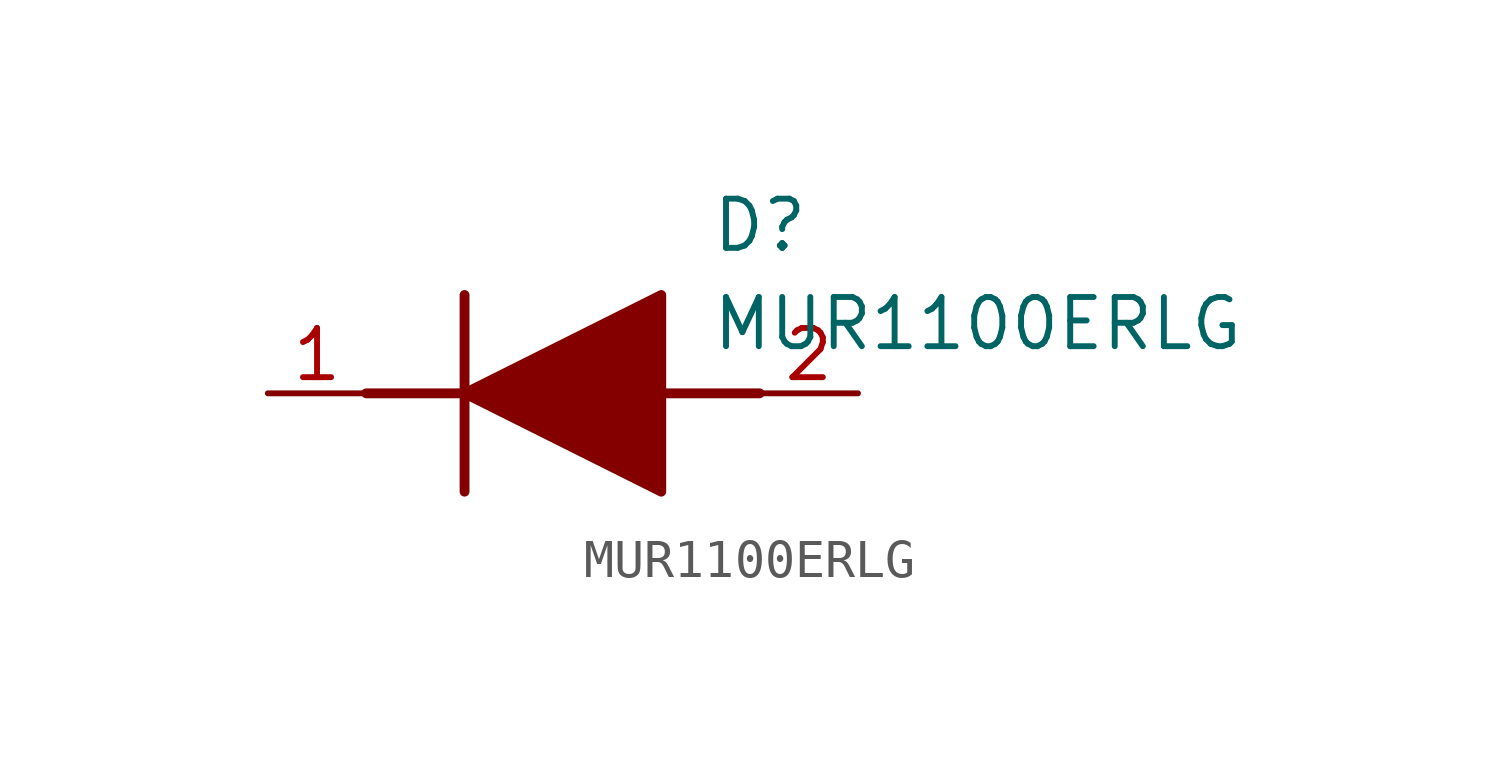
<source format=kicad_sym>
(kicad_symbol_lib
  (version 20211014)
  (generator SamacSys_ECAD_Model)
  (symbol "MUR1100ERLG"
    (pin_names hide)
    (property "Reference" "D"
      (at 11.43 5.08 0)
      (effects (font (size 1.27 1.27)) (justify left top)))
    (property "Value" "MUR1100ERLG"
      (at 11.43 2.54 0)
      (effects (font (size 1.27 1.27)) (justify left top)))
    (polyline
      (pts (xy 5.08 2.54) (xy 5.08 -2.54))
      (stroke (width 0.254) (type default))
      (fill (type none)))
    (polyline
      (pts (xy 2.54 0) (xy 5.08 0))
      (stroke (width 0.254) (type default))
      (fill (type none)))
    (polyline
      (pts (xy 10.16 0) (xy 12.7 0))
      (stroke (width 0.254) (type default))
      (fill (type none)))
    (polyline
      (pts (xy 5.08 0) (xy 10.16 2.54) (xy 10.16 -2.54) (xy 5.08 0))
      (stroke (width 0.254) (type default))
      (fill (type outline)))
    (pin passive line
      (at 0 0 0)
      (length 2.54)
      (name "K" (effects (font (size 1.27 1.27))))
      (number "1" (effects (font (size 1.27 1.27)))))
    (pin passive line
      (at 15.24 0 180)
      (length 2.54)
      (name "A" (effects (font (size 1.27 1.27))))
      (number "2" (effects (font (size 1.27 1.27)))))))
</source>
